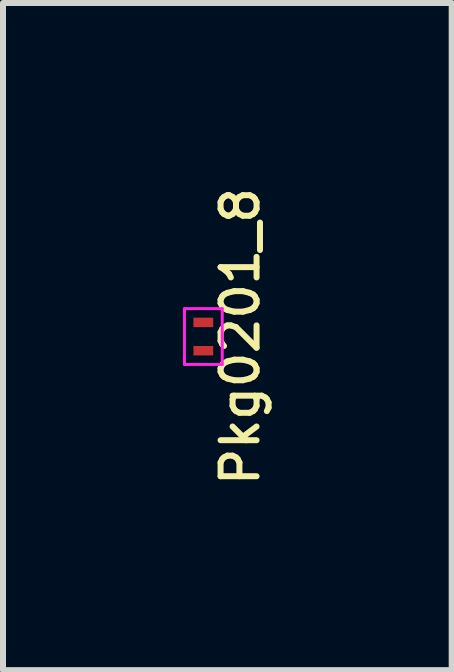
<source format=kicad_pcb>
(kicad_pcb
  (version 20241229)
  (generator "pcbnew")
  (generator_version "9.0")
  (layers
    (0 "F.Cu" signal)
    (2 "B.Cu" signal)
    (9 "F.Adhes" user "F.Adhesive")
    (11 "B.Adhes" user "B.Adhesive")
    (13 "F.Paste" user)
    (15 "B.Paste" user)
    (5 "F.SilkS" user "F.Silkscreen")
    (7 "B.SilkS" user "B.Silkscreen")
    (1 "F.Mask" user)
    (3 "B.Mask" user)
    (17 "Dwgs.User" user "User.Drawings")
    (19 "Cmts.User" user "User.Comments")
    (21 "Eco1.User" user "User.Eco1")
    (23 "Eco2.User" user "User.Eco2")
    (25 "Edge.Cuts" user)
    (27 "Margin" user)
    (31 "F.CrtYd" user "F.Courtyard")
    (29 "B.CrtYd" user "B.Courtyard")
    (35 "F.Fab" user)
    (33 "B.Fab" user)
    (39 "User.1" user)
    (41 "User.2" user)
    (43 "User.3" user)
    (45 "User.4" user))
  (footprint "Pkg0201_8"
    (layer "F.Cu")
    (at 0.34 2.561)
    (property "Reference" "Pkg0201_8" (at 0.615 0 90) (layer "F.SilkS") (effects (font (size 0.6 0.6) (thickness 0.1))))
    (fp_line (start -0.315 -0.465) (end -0.315 0.465) (stroke (width 0.05) (type solid)) (layer "F.CrtYd"))
    (fp_line (start -0.315 0.465) (end 0.315 0.465) (stroke (width 0.05) (type solid)) (layer "F.CrtYd"))
    (fp_line (start 0.315 -0.465) (end -0.315 -0.465) (stroke (width 0.05) (type solid)) (layer "F.CrtYd"))
    (fp_line (start 0.315 0.465) (end 0.315 -0.465) (stroke (width 0.05) (type solid)) (layer "F.CrtYd"))
    (pad "1" smd rect (at 0 -0.236) (size 0.33 0.158) (layers "F.Cu" "F.Mask" "F.Paste"))
    (pad "2" smd rect (at 0 0.236) (size 0.33 0.158) (layers "F.Cu" "F.Mask" "F.Paste")))
  (gr_rect
    (start -3 -3)
    (end 4.481 8.123)
    (stroke (width 0.1) (type default))
    (fill no)
    (layer "Edge.Cuts")))
</source>
